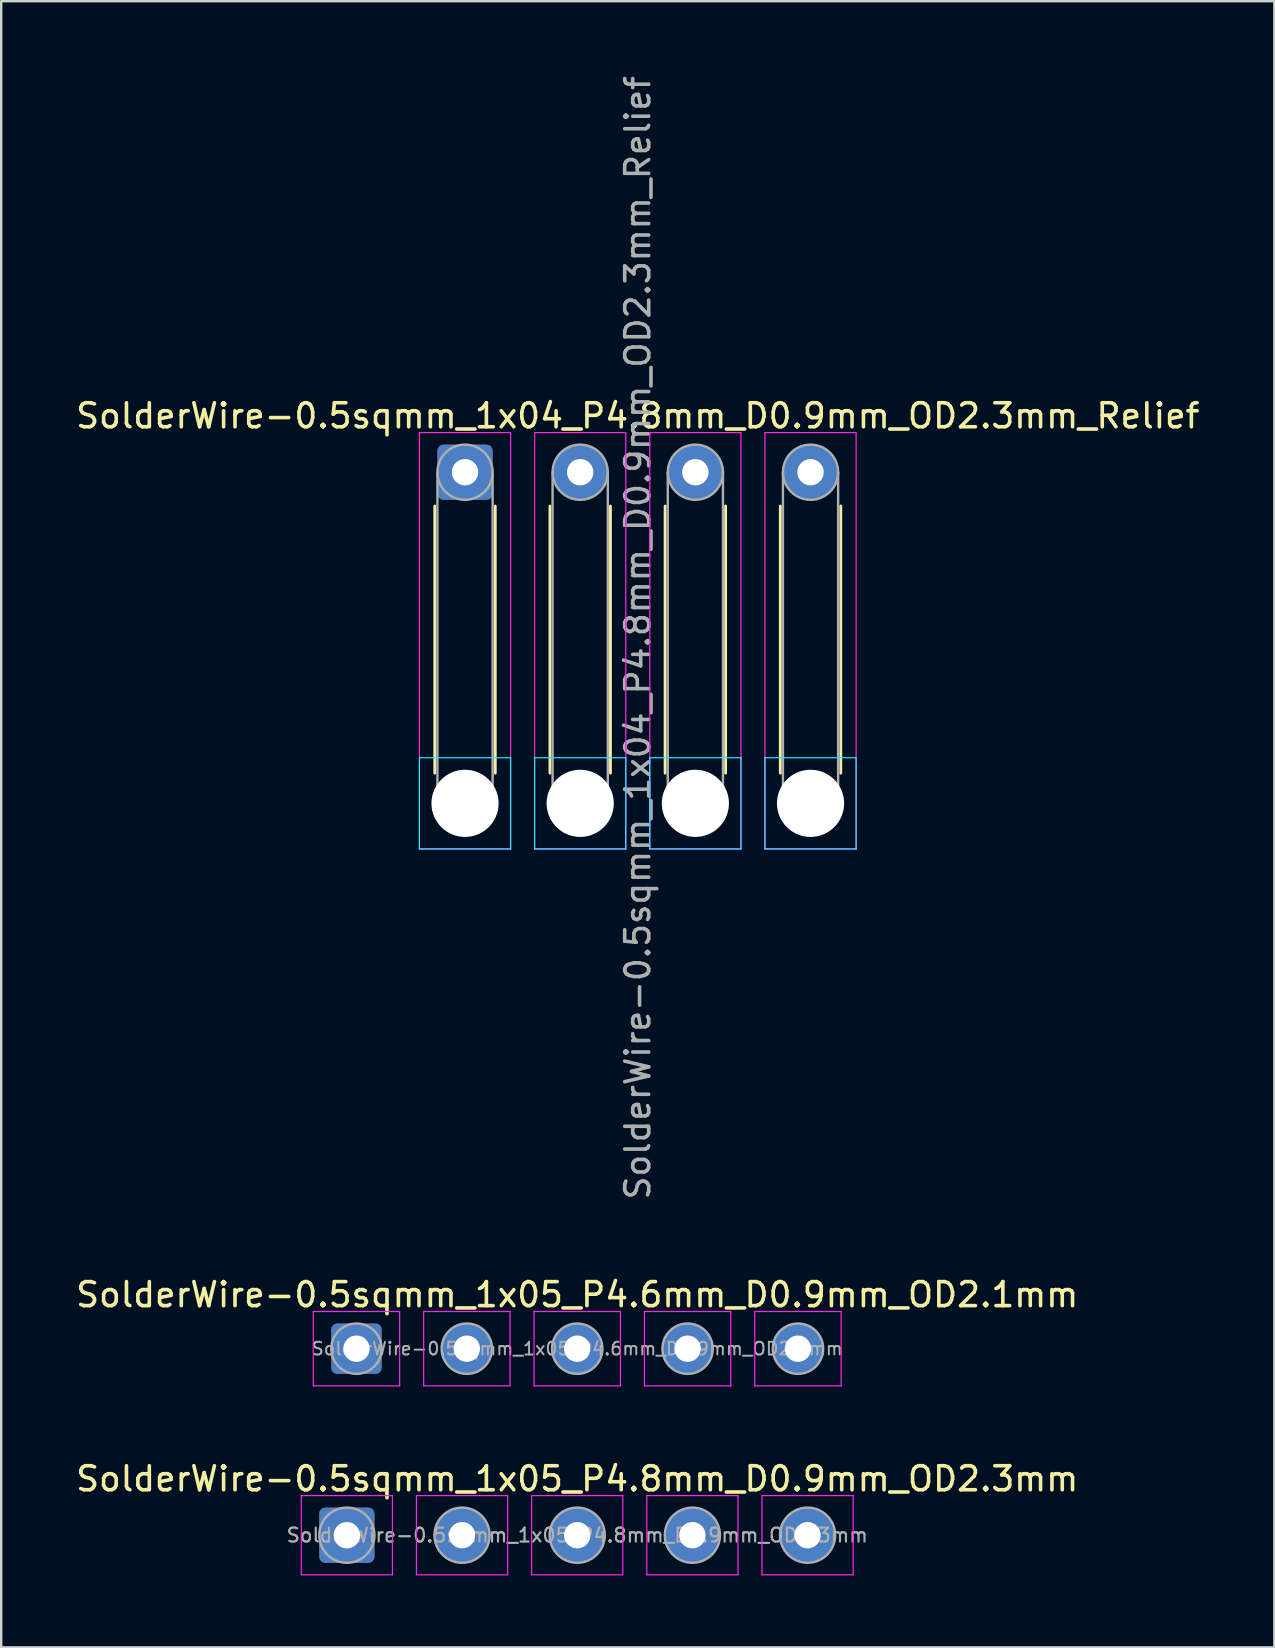
<source format=kicad_pcb>
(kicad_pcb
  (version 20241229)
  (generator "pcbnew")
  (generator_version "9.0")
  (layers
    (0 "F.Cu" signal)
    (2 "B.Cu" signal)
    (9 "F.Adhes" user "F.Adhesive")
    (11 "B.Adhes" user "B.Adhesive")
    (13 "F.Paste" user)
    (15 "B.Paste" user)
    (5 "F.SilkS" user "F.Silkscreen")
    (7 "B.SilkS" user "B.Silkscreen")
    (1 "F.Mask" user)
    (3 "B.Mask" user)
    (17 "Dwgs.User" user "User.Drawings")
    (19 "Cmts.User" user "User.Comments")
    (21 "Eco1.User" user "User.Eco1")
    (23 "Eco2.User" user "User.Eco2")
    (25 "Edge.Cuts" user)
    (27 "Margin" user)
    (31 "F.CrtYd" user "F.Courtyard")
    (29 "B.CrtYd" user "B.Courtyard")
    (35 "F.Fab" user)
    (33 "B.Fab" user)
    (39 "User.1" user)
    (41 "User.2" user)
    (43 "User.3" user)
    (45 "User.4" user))
  (footprint "SolderWire-0.5sqmm_1x05_P4.8mm_D0.9mm_OD2.3mm"
    (layer "F.Cu")
    (at 11.406 60.931)
    (property "Reference" "SolderWire-0.5sqmm_1x05_P4.8mm_D0.9mm_OD2.3mm" (at 9.6 -2.35 0) (layer "F.SilkS") (effects (font (size 1 1) (thickness 0.15))))
    (attr exclude_from_pos_files exclude_from_bom)
    (fp_line (start -1.9 -1.65) (end -1.9 1.65) (stroke (width 0.05) (type solid)) (layer "F.CrtYd"))
    (fp_line (start -1.9 1.65) (end 1.9 1.65) (stroke (width 0.05) (type solid)) (layer "F.CrtYd"))
    (fp_line (start 1.9 -1.65) (end -1.9 -1.65) (stroke (width 0.05) (type solid)) (layer "F.CrtYd"))
    (fp_line (start 1.9 1.65) (end 1.9 -1.65) (stroke (width 0.05) (type solid)) (layer "F.CrtYd"))
    (fp_line (start 2.9 -1.65) (end 2.9 1.65) (stroke (width 0.05) (type solid)) (layer "F.CrtYd"))
    (fp_line (start 2.9 1.65) (end 6.7 1.65) (stroke (width 0.05) (type solid)) (layer "F.CrtYd"))
    (fp_line (start 6.7 -1.65) (end 2.9 -1.65) (stroke (width 0.05) (type solid)) (layer "F.CrtYd"))
    (fp_line (start 6.7 1.65) (end 6.7 -1.65) (stroke (width 0.05) (type solid)) (layer "F.CrtYd"))
    (fp_line (start 7.7 -1.65) (end 7.7 1.65) (stroke (width 0.05) (type solid)) (layer "F.CrtYd"))
    (fp_line (start 7.7 1.65) (end 11.5 1.65) (stroke (width 0.05) (type solid)) (layer "F.CrtYd"))
    (fp_line (start 11.5 -1.65) (end 7.7 -1.65) (stroke (width 0.05) (type solid)) (layer "F.CrtYd"))
    (fp_line (start 11.5 1.65) (end 11.5 -1.65) (stroke (width 0.05) (type solid)) (layer "F.CrtYd"))
    (fp_line (start 12.5 -1.65) (end 12.5 1.65) (stroke (width 0.05) (type solid)) (layer "F.CrtYd"))
    (fp_line (start 12.5 1.65) (end 16.3 1.65) (stroke (width 0.05) (type solid)) (layer "F.CrtYd"))
    (fp_line (start 16.3 -1.65) (end 12.5 -1.65) (stroke (width 0.05) (type solid)) (layer "F.CrtYd"))
    (fp_line (start 16.3 1.65) (end 16.3 -1.65) (stroke (width 0.05) (type solid)) (layer "F.CrtYd"))
    (fp_line (start 17.3 -1.65) (end 17.3 1.65) (stroke (width 0.05) (type solid)) (layer "F.CrtYd"))
    (fp_line (start 17.3 1.65) (end 21.1 1.65) (stroke (width 0.05) (type solid)) (layer "F.CrtYd"))
    (fp_line (start 21.1 -1.65) (end 17.3 -1.65) (stroke (width 0.05) (type solid)) (layer "F.CrtYd"))
    (fp_line (start 21.1 1.65) (end 21.1 -1.65) (stroke (width 0.05) (type solid)) (layer "F.CrtYd"))
    (fp_circle (center 0 0) (end 1.15 0) (stroke (width 0.1) (type solid)) (fill no) (layer "F.Fab"))
    (fp_circle (center 4.8 0) (end 5.95 0) (stroke (width 0.1) (type solid)) (fill no) (layer "F.Fab"))
    (fp_circle (center 9.6 0) (end 10.75 0) (stroke (width 0.1) (type solid)) (fill no) (layer "F.Fab"))
    (fp_circle (center 14.4 0) (end 15.55 0) (stroke (width 0.1) (type solid)) (fill no) (layer "F.Fab"))
    (fp_circle (center 19.2 0) (end 20.35 0) (stroke (width 0.1) (type solid)) (fill no) (layer "F.Fab"))
    (fp_text user "${REFERENCE}" (at 9.6 0 0) (layer "F.Fab") (effects (font (size 0.58 0.58) (thickness 0.09))))
    (pad "1" thru_hole roundrect (at 0 0) (size 2.3 2.3) (drill 1.1) (layers "*.Cu" "*.Mask") (roundrect_rratio 0.109))
    (pad "2" thru_hole circle (at 4.8 0) (size 2.3 2.3) (drill 1.1) (layers "*.Cu" "*.Mask"))
    (pad "3" thru_hole circle (at 9.6 0) (size 2.3 2.3) (drill 1.1) (layers "*.Cu" "*.Mask"))
    (pad "4" thru_hole circle (at 14.4 0) (size 2.3 2.3) (drill 1.1) (layers "*.Cu" "*.Mask"))
    (pad "5" thru_hole circle (at 19.2 0) (size 2.3 2.3) (drill 1.1) (layers "*.Cu" "*.Mask")))
  (footprint "SolderWire-0.5sqmm_1x05_P4.6mm_D0.9mm_OD2.1mm"
    (layer "F.Cu")
    (at 11.806 53.158)
    (property "Reference" "SolderWire-0.5sqmm_1x05_P4.6mm_D0.9mm_OD2.1mm" (at 9.2 -2.25 0) (layer "F.SilkS") (effects (font (size 1 1) (thickness 0.15))))
    (attr exclude_from_pos_files exclude_from_bom)
    (fp_line (start -1.8 -1.55) (end -1.8 1.55) (stroke (width 0.05) (type solid)) (layer "F.CrtYd"))
    (fp_line (start -1.8 1.55) (end 1.8 1.55) (stroke (width 0.05) (type solid)) (layer "F.CrtYd"))
    (fp_line (start 1.8 -1.55) (end -1.8 -1.55) (stroke (width 0.05) (type solid)) (layer "F.CrtYd"))
    (fp_line (start 1.8 1.55) (end 1.8 -1.55) (stroke (width 0.05) (type solid)) (layer "F.CrtYd"))
    (fp_line (start 2.8 -1.55) (end 2.8 1.55) (stroke (width 0.05) (type solid)) (layer "F.CrtYd"))
    (fp_line (start 2.8 1.55) (end 6.4 1.55) (stroke (width 0.05) (type solid)) (layer "F.CrtYd"))
    (fp_line (start 6.4 -1.55) (end 2.8 -1.55) (stroke (width 0.05) (type solid)) (layer "F.CrtYd"))
    (fp_line (start 6.4 1.55) (end 6.4 -1.55) (stroke (width 0.05) (type solid)) (layer "F.CrtYd"))
    (fp_line (start 7.4 -1.55) (end 7.4 1.55) (stroke (width 0.05) (type solid)) (layer "F.CrtYd"))
    (fp_line (start 7.4 1.55) (end 11 1.55) (stroke (width 0.05) (type solid)) (layer "F.CrtYd"))
    (fp_line (start 11 -1.55) (end 7.4 -1.55) (stroke (width 0.05) (type solid)) (layer "F.CrtYd"))
    (fp_line (start 11 1.55) (end 11 -1.55) (stroke (width 0.05) (type solid)) (layer "F.CrtYd"))
    (fp_line (start 12 -1.55) (end 12 1.55) (stroke (width 0.05) (type solid)) (layer "F.CrtYd"))
    (fp_line (start 12 1.55) (end 15.6 1.55) (stroke (width 0.05) (type solid)) (layer "F.CrtYd"))
    (fp_line (start 15.6 -1.55) (end 12 -1.55) (stroke (width 0.05) (type solid)) (layer "F.CrtYd"))
    (fp_line (start 15.6 1.55) (end 15.6 -1.55) (stroke (width 0.05) (type solid)) (layer "F.CrtYd"))
    (fp_line (start 16.6 -1.55) (end 16.6 1.55) (stroke (width 0.05) (type solid)) (layer "F.CrtYd"))
    (fp_line (start 16.6 1.55) (end 20.2 1.55) (stroke (width 0.05) (type solid)) (layer "F.CrtYd"))
    (fp_line (start 20.2 -1.55) (end 16.6 -1.55) (stroke (width 0.05) (type solid)) (layer "F.CrtYd"))
    (fp_line (start 20.2 1.55) (end 20.2 -1.55) (stroke (width 0.05) (type solid)) (layer "F.CrtYd"))
    (fp_circle (center 0 0) (end 1.05 0) (stroke (width 0.1) (type solid)) (fill no) (layer "F.Fab"))
    (fp_circle (center 4.6 0) (end 5.65 0) (stroke (width 0.1) (type solid)) (fill no) (layer "F.Fab"))
    (fp_circle (center 9.2 0) (end 10.25 0) (stroke (width 0.1) (type solid)) (fill no) (layer "F.Fab"))
    (fp_circle (center 13.8 0) (end 14.85 0) (stroke (width 0.1) (type solid)) (fill no) (layer "F.Fab"))
    (fp_circle (center 18.4 0) (end 19.45 0) (stroke (width 0.1) (type solid)) (fill no) (layer "F.Fab"))
    (fp_text user "${REFERENCE}" (at 9.2 0 0) (layer "F.Fab") (effects (font (size 0.53 0.53) (thickness 0.08))))
    (pad "1" thru_hole roundrect (at 0 0) (size 2.1 2.1) (drill 1.1) (layers "*.Cu" "*.Mask") (roundrect_rratio 0.119))
    (pad "2" thru_hole circle (at 4.6 0) (size 2.1 2.1) (drill 1.1) (layers "*.Cu" "*.Mask"))
    (pad "3" thru_hole circle (at 9.2 0) (size 2.1 2.1) (drill 1.1) (layers "*.Cu" "*.Mask"))
    (pad "4" thru_hole circle (at 13.8 0) (size 2.1 2.1) (drill 1.1) (layers "*.Cu" "*.Mask"))
    (pad "5" thru_hole circle (at 18.4 0) (size 2.1 2.1) (drill 1.1) (layers "*.Cu" "*.Mask")))
  (footprint "SolderWire-0.5sqmm_1x04_P4.8mm_D0.9mm_OD2.3mm_Relief"
    (layer "F.Cu")
    (at 16.33 16.63)
    (property "Reference" "SolderWire-0.5sqmm_1x04_P4.8mm_D0.9mm_OD2.3mm_Relief" (at 7.2 -2.35 0) (layer "F.SilkS") (effects (font (size 1 1) (thickness 0.15))))
    (attr exclude_from_pos_files exclude_from_bom)
    (fp_line (start -1.26 1.41) (end -1.26 12.54) (stroke (width 0.12) (type solid)) (layer "F.SilkS"))
    (fp_line (start 1.26 1.41) (end 1.26 12.54) (stroke (width 0.12) (type solid)) (layer "F.SilkS"))
    (fp_line (start 3.54 1.41) (end 3.54 12.54) (stroke (width 0.12) (type solid)) (layer "F.SilkS"))
    (fp_line (start 6.06 1.41) (end 6.06 12.54) (stroke (width 0.12) (type solid)) (layer "F.SilkS"))
    (fp_line (start 8.34 1.41) (end 8.34 12.54) (stroke (width 0.12) (type solid)) (layer "F.SilkS"))
    (fp_line (start 10.86 1.41) (end 10.86 12.54) (stroke (width 0.12) (type solid)) (layer "F.SilkS"))
    (fp_line (start 13.14 1.41) (end 13.14 12.54) (stroke (width 0.12) (type solid)) (layer "F.SilkS"))
    (fp_line (start 15.66 1.41) (end 15.66 12.54) (stroke (width 0.12) (type solid)) (layer "F.SilkS"))
    (fp_line (start -1.9 11.9) (end -1.9 15.7) (stroke (width 0.05) (type solid)) (layer "B.CrtYd"))
    (fp_line (start -1.9 15.7) (end 1.9 15.7) (stroke (width 0.05) (type solid)) (layer "B.CrtYd"))
    (fp_line (start 1.9 11.9) (end -1.9 11.9) (stroke (width 0.05) (type solid)) (layer "B.CrtYd"))
    (fp_line (start 1.9 15.7) (end 1.9 11.9) (stroke (width 0.05) (type solid)) (layer "B.CrtYd"))
    (fp_line (start 2.9 11.9) (end 2.9 15.7) (stroke (width 0.05) (type solid)) (layer "B.CrtYd"))
    (fp_line (start 2.9 15.7) (end 6.7 15.7) (stroke (width 0.05) (type solid)) (layer "B.CrtYd"))
    (fp_line (start 6.7 11.9) (end 2.9 11.9) (stroke (width 0.05) (type solid)) (layer "B.CrtYd"))
    (fp_line (start 6.7 15.7) (end 6.7 11.9) (stroke (width 0.05) (type solid)) (layer "B.CrtYd"))
    (fp_line (start 7.7 11.9) (end 7.7 15.7) (stroke (width 0.05) (type solid)) (layer "B.CrtYd"))
    (fp_line (start 7.7 15.7) (end 11.5 15.7) (stroke (width 0.05) (type solid)) (layer "B.CrtYd"))
    (fp_line (start 11.5 11.9) (end 7.7 11.9) (stroke (width 0.05) (type solid)) (layer "B.CrtYd"))
    (fp_line (start 11.5 15.7) (end 11.5 11.9) (stroke (width 0.05) (type solid)) (layer "B.CrtYd"))
    (fp_line (start 12.5 11.9) (end 12.5 15.7) (stroke (width 0.05) (type solid)) (layer "B.CrtYd"))
    (fp_line (start 12.5 15.7) (end 16.3 15.7) (stroke (width 0.05) (type solid)) (layer "B.CrtYd"))
    (fp_line (start 16.3 11.9) (end 12.5 11.9) (stroke (width 0.05) (type solid)) (layer "B.CrtYd"))
    (fp_line (start 16.3 15.7) (end 16.3 11.9) (stroke (width 0.05) (type solid)) (layer "B.CrtYd"))
    (fp_line (start -1.9 -1.65) (end -1.9 15.7) (stroke (width 0.05) (type solid)) (layer "F.CrtYd"))
    (fp_line (start -1.9 15.7) (end 1.9 15.7) (stroke (width 0.05) (type solid)) (layer "F.CrtYd"))
    (fp_line (start 1.9 -1.65) (end -1.9 -1.65) (stroke (width 0.05) (type solid)) (layer "F.CrtYd"))
    (fp_line (start 1.9 15.7) (end 1.9 -1.65) (stroke (width 0.05) (type solid)) (layer "F.CrtYd"))
    (fp_line (start 2.9 -1.65) (end 2.9 15.7) (stroke (width 0.05) (type solid)) (layer "F.CrtYd"))
    (fp_line (start 2.9 15.7) (end 6.7 15.7) (stroke (width 0.05) (type solid)) (layer "F.CrtYd"))
    (fp_line (start 6.7 -1.65) (end 2.9 -1.65) (stroke (width 0.05) (type solid)) (layer "F.CrtYd"))
    (fp_line (start 6.7 15.7) (end 6.7 -1.65) (stroke (width 0.05) (type solid)) (layer "F.CrtYd"))
    (fp_line (start 7.7 -1.65) (end 7.7 15.7) (stroke (width 0.05) (type solid)) (layer "F.CrtYd"))
    (fp_line (start 7.7 15.7) (end 11.5 15.7) (stroke (width 0.05) (type solid)) (layer "F.CrtYd"))
    (fp_line (start 11.5 -1.65) (end 7.7 -1.65) (stroke (width 0.05) (type solid)) (layer "F.CrtYd"))
    (fp_line (start 11.5 15.7) (end 11.5 -1.65) (stroke (width 0.05) (type solid)) (layer "F.CrtYd"))
    (fp_line (start 12.5 -1.65) (end 12.5 15.7) (stroke (width 0.05) (type solid)) (layer "F.CrtYd"))
    (fp_line (start 12.5 15.7) (end 16.3 15.7) (stroke (width 0.05) (type solid)) (layer "F.CrtYd"))
    (fp_line (start 16.3 -1.65) (end 12.5 -1.65) (stroke (width 0.05) (type solid)) (layer "F.CrtYd"))
    (fp_line (start 16.3 15.7) (end 16.3 -1.65) (stroke (width 0.05) (type solid)) (layer "F.CrtYd"))
    (fp_line (start -1.15 0) (end -1.15 13.8) (stroke (width 0.1) (type solid)) (layer "F.Fab"))
    (fp_line (start 1.15 0) (end 1.15 13.8) (stroke (width 0.1) (type solid)) (layer "F.Fab"))
    (fp_line (start 3.65 0) (end 3.65 13.8) (stroke (width 0.1) (type solid)) (layer "F.Fab"))
    (fp_line (start 5.95 0) (end 5.95 13.8) (stroke (width 0.1) (type solid)) (layer "F.Fab"))
    (fp_line (start 8.45 0) (end 8.45 13.8) (stroke (width 0.1) (type solid)) (layer "F.Fab"))
    (fp_line (start 10.75 0) (end 10.75 13.8) (stroke (width 0.1) (type solid)) (layer "F.Fab"))
    (fp_line (start 13.25 0) (end 13.25 13.8) (stroke (width 0.1) (type solid)) (layer "F.Fab"))
    (fp_line (start 15.55 0) (end 15.55 13.8) (stroke (width 0.1) (type solid)) (layer "F.Fab"))
    (fp_circle (center 0 0) (end 1.15 0) (stroke (width 0.1) (type solid)) (fill no) (layer "F.Fab"))
    (fp_circle (center 0 13.8) (end 1.15 13.8) (stroke (width 0.1) (type solid)) (fill no) (layer "F.Fab"))
    (fp_circle (center 4.8 0) (end 5.95 0) (stroke (width 0.1) (type solid)) (fill no) (layer "F.Fab"))
    (fp_circle (center 4.8 13.8) (end 5.95 13.8) (stroke (width 0.1) (type solid)) (fill no) (layer "F.Fab"))
    (fp_circle (center 9.6 0) (end 10.75 0) (stroke (width 0.1) (type solid)) (fill no) (layer "F.Fab"))
    (fp_circle (center 9.6 13.8) (end 10.75 13.8) (stroke (width 0.1) (type solid)) (fill no) (layer "F.Fab"))
    (fp_circle (center 14.4 0) (end 15.55 0) (stroke (width 0.1) (type solid)) (fill no) (layer "F.Fab"))
    (fp_circle (center 14.4 13.8) (end 15.55 13.8) (stroke (width 0.1) (type solid)) (fill no) (layer "F.Fab"))
    (fp_text user "${REFERENCE}" (at 7.2 6.9 90) (layer "F.Fab") (effects (font (size 1 1) (thickness 0.15))))
    (pad "" np_thru_hole circle (at 0 13.8) (size 2.8 2.8) (drill 2.8) (layers "*.Cu" "*.Mask"))
    (pad "" np_thru_hole circle (at 4.8 13.8) (size 2.8 2.8) (drill 2.8) (layers "*.Cu" "*.Mask"))
    (pad "" np_thru_hole circle (at 9.6 13.8) (size 2.8 2.8) (drill 2.8) (layers "*.Cu" "*.Mask"))
    (pad "" np_thru_hole circle (at 14.4 13.8) (size 2.8 2.8) (drill 2.8) (layers "*.Cu" "*.Mask"))
    (pad "1" thru_hole roundrect (at 0 0) (size 2.3 2.3) (drill 1.1) (layers "*.Cu" "*.Mask") (roundrect_rratio 0.109))
    (pad "2" thru_hole circle (at 4.8 0) (size 2.3 2.3) (drill 1.1) (layers "*.Cu" "*.Mask"))
    (pad "3" thru_hole circle (at 9.6 0) (size 2.3 2.3) (drill 1.1) (layers "*.Cu" "*.Mask"))
    (pad "4" thru_hole circle (at 14.4 0) (size 2.3 2.3) (drill 1.1) (layers "*.Cu" "*.Mask")))
  (gr_rect
    (start -3 -3)
    (end 50.06 65.606)
    (stroke (width 0.1) (type default))
    (fill no)
    (layer "Edge.Cuts")))
</source>
